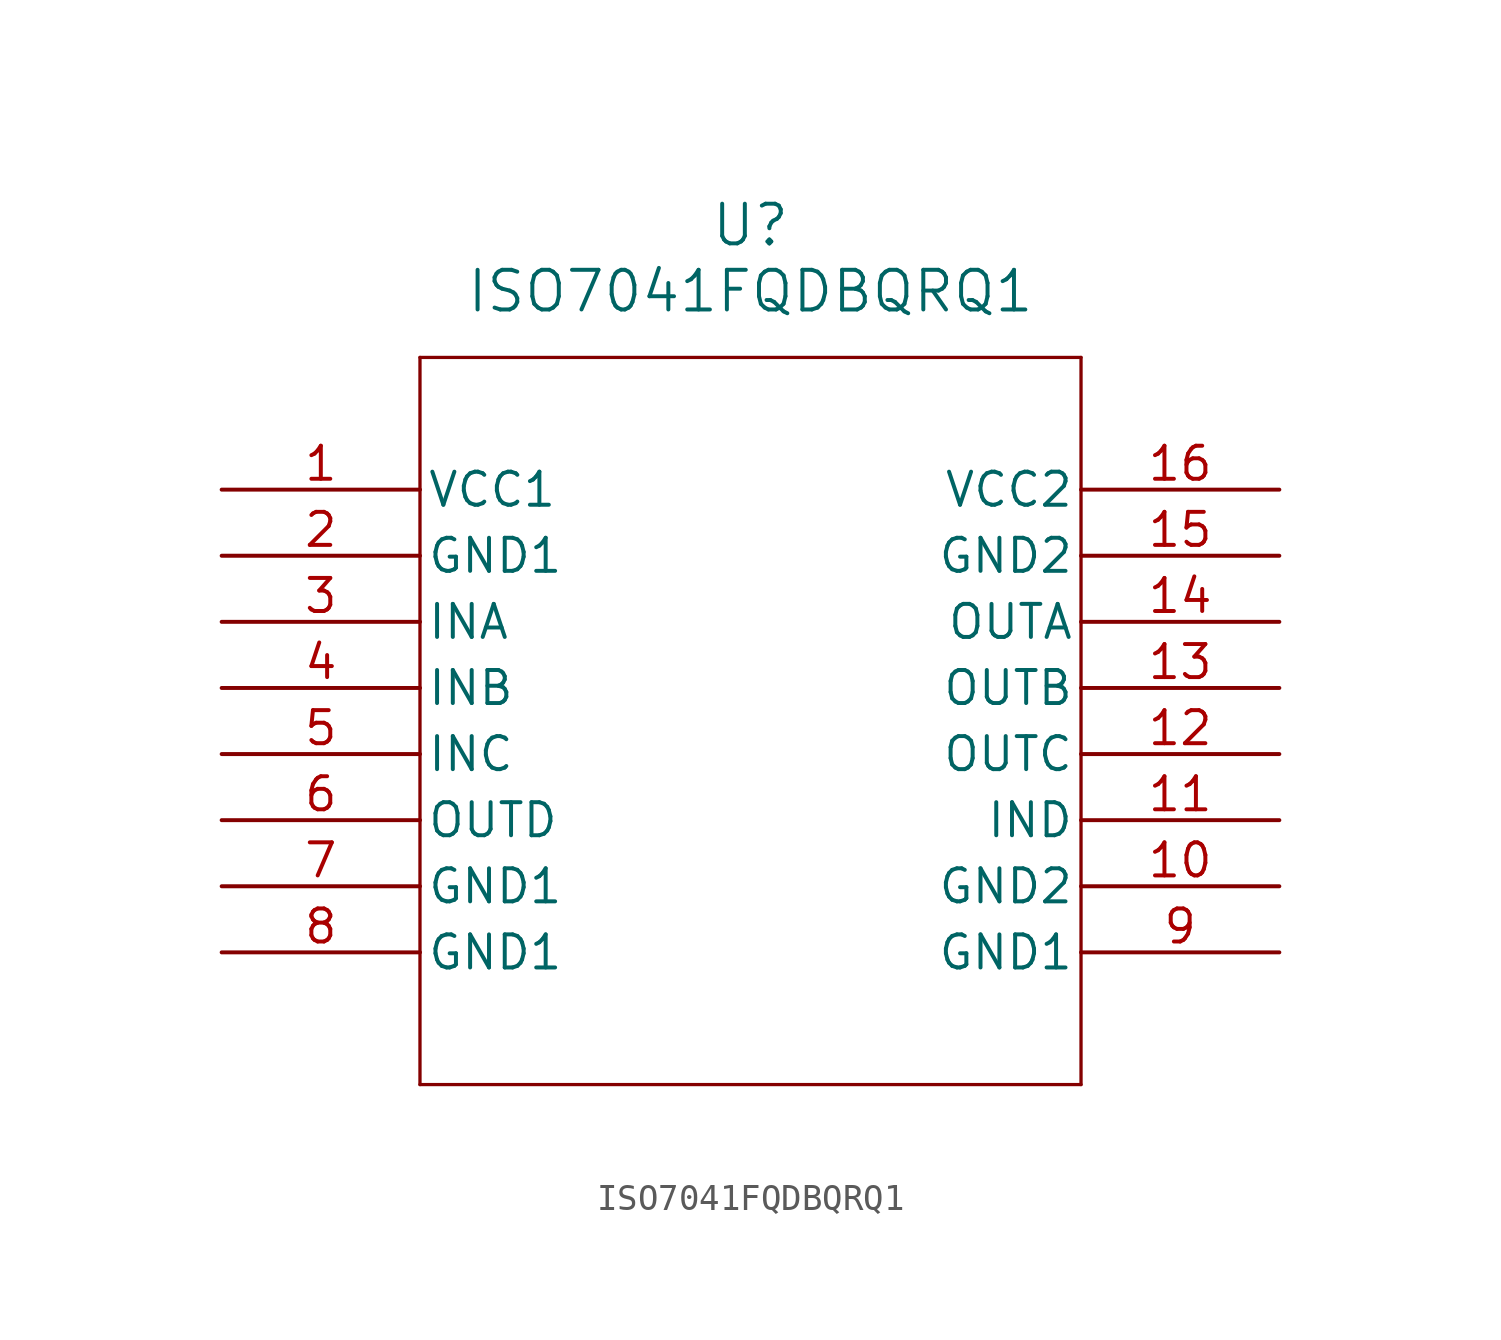
<source format=kicad_sym>
(kicad_symbol_lib
  (version 20211014)
  (generator kicad_symbol_editor)
  (symbol "ISO7041FQDBQRQ1"
    (pin_names
      (offset 0.254))
    (property "Reference" "U"
      (at 20.32 10.16 0)
      (effects (font (size 1.524 1.524))))
    (property "Value" "ISO7041FQDBQRQ1"
      (at 20.32 7.62 0)
      (effects (font (size 1.524 1.524))))
    (symbol "ISO7041FQDBQRQ1_0_1"
      (polyline (pts (xy 7.62 5.08) (xy 7.62 -22.86)) (stroke (width 0.127) (type default) (color 0 0 0 0)) (fill (type none)))
      (polyline (pts (xy 7.62 -22.86) (xy 33.02 -22.86)) (stroke (width 0.127) (type default) (color 0 0 0 0)) (fill (type none)))
      (polyline (pts (xy 33.02 -22.86) (xy 33.02 5.08)) (stroke (width 0.127) (type default) (color 0 0 0 0)) (fill (type none)))
      (polyline (pts (xy 33.02 5.08) (xy 7.62 5.08)) (stroke (width 0.127) (type default) (color 0 0 0 0)) (fill (type none)))
      (pin power_in line (at 0 0 0) (length 7.62) (name "VCC1" (effects (font (size 1.27 1.27)))) (number "1" (effects (font (size 1.27 1.27)))))
      (pin power_out line (at 0 -2.54 0) (length 7.62) (name "GND1" (effects (font (size 1.27 1.27)))) (number "2" (effects (font (size 1.27 1.27)))))
      (pin input line (at 0 -5.08 0) (length 7.62) (name "INA" (effects (font (size 1.27 1.27)))) (number "3" (effects (font (size 1.27 1.27)))))
      (pin input line (at 0 -7.62 0) (length 7.62) (name "INB" (effects (font (size 1.27 1.27)))) (number "4" (effects (font (size 1.27 1.27)))))
      (pin input line (at 0 -10.16 0) (length 7.62) (name "INC" (effects (font (size 1.27 1.27)))) (number "5" (effects (font (size 1.27 1.27)))))
      (pin output line (at 0 -12.7 0) (length 7.62) (name "OUTD" (effects (font (size 1.27 1.27)))) (number "6" (effects (font (size 1.27 1.27)))))
      (pin power_out line (at 0 -15.24 0) (length 7.62) (name "GND1" (effects (font (size 1.27 1.27)))) (number "7" (effects (font (size 1.27 1.27)))))
      (pin power_out line (at 0 -17.78 0) (length 7.62) (name "GND1" (effects (font (size 1.27 1.27)))) (number "8" (effects (font (size 1.27 1.27)))))
      (pin power_out line (at 40.64 -17.78 180) (length 7.62) (name "GND1" (effects (font (size 1.27 1.27)))) (number "9" (effects (font (size 1.27 1.27)))))
      (pin power_out line (at 40.64 -15.24 180) (length 7.62) (name "GND2" (effects (font (size 1.27 1.27)))) (number "10" (effects (font (size 1.27 1.27)))))
      (pin input line (at 40.64 -12.7 180) (length 7.62) (name "IND" (effects (font (size 1.27 1.27)))) (number "11" (effects (font (size 1.27 1.27)))))
      (pin output line (at 40.64 -10.16 180) (length 7.62) (name "OUTC" (effects (font (size 1.27 1.27)))) (number "12" (effects (font (size 1.27 1.27)))))
      (pin output line (at 40.64 -7.62 180) (length 7.62) (name "OUTB" (effects (font (size 1.27 1.27)))) (number "13" (effects (font (size 1.27 1.27)))))
      (pin output line (at 40.64 -5.08 180) (length 7.62) (name "OUTA" (effects (font (size 1.27 1.27)))) (number "14" (effects (font (size 1.27 1.27)))))
      (pin power_out line (at 40.64 -2.54 180) (length 7.62) (name "GND2" (effects (font (size 1.27 1.27)))) (number "15" (effects (font (size 1.27 1.27)))))
      (pin power_in line (at 40.64 0 180) (length 7.62) (name "VCC2" (effects (font (size 1.27 1.27)))) (number "16" (effects (font (size 1.27 1.27))))))))
</source>
